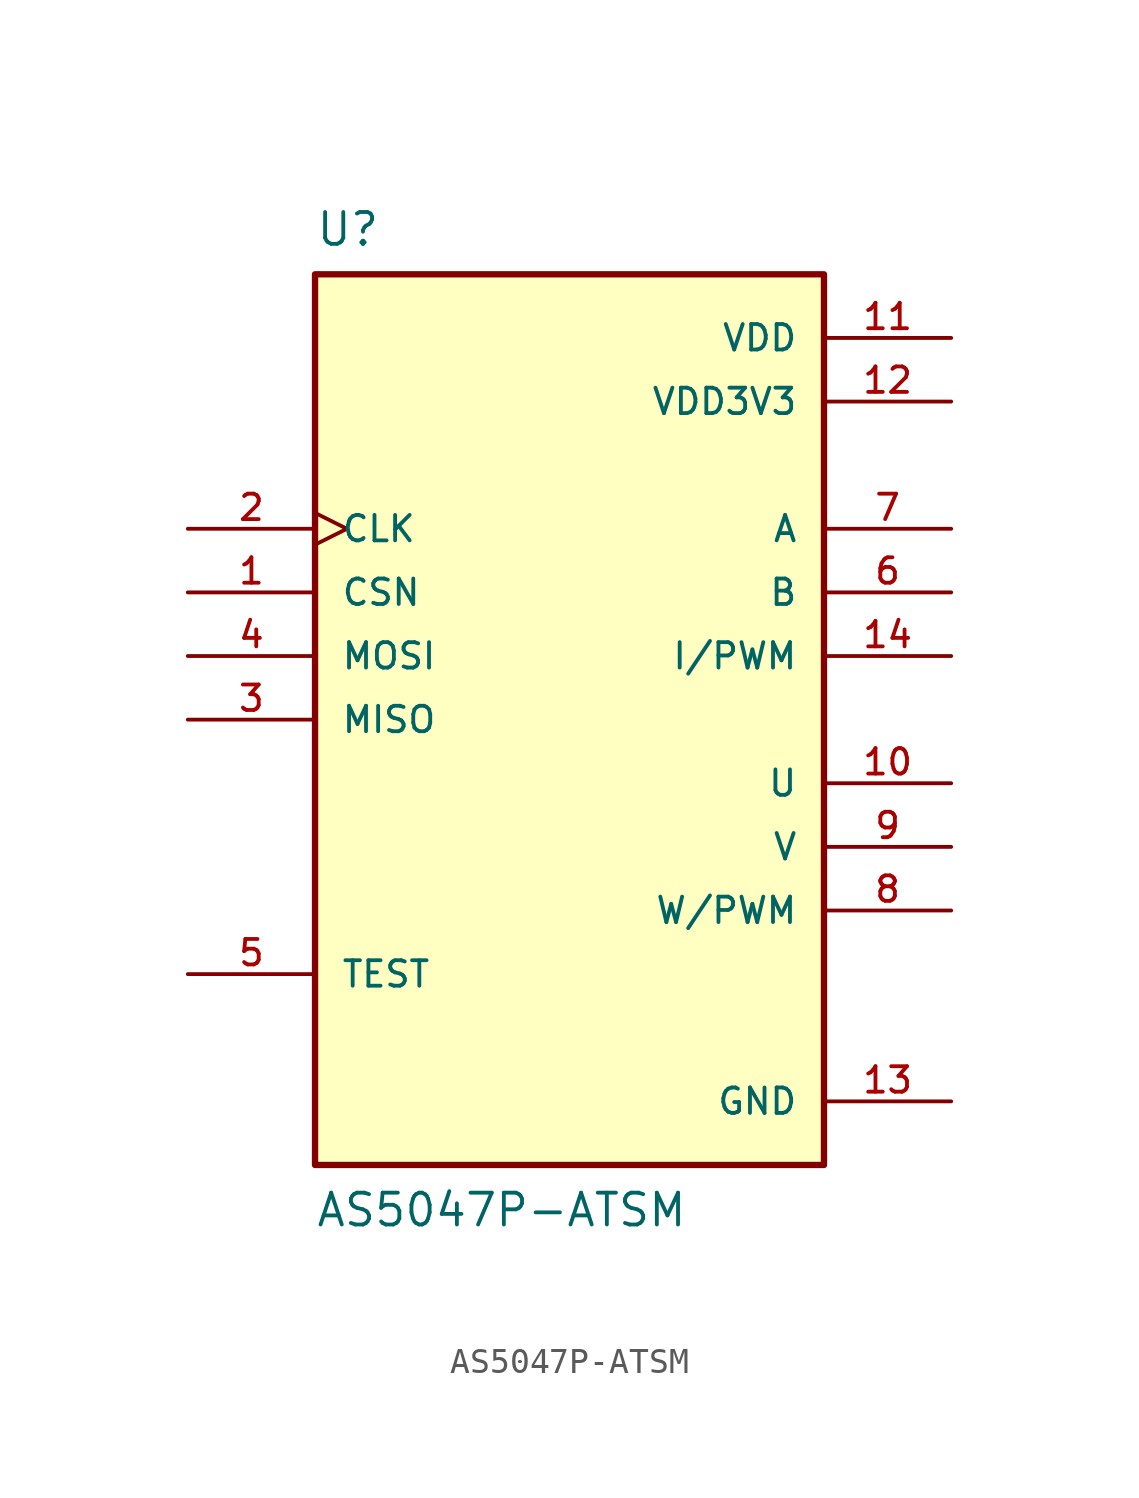
<source format=kicad_sym>
(kicad_symbol_lib
  (version 20211014)
  (generator kicad_symbol_editor)
  (symbol "AS5047P-ATSM"
    (pin_names
      (offset 1.016))
    (property "Reference" "U"
      (at -10.16 20.32 0)
      (effects (font (size 1.27 1.27)) (justify top left)))
    (property "Value" "AS5047P-ATSM"
      (at -10.16 -20.32 0)
      (effects (font (size 1.27 1.27)) (justify bottom left)))
    (symbol "AS5047P-ATSM_0_0"
      (rectangle (start -10.16 -17.78) (end 10.16 17.78) (stroke (width 0.254)) (fill (type background)))
      (pin input clock (at -15.24 7.62 0) (length 5.08) (name "CLK" (effects (font (size 1.016 1.016)))) (number "2" (effects (font (size 1.016 1.016)))))
      (pin input line (at -15.24 5.08 0) (length 5.08) (name "CSN" (effects (font (size 1.016 1.016)))) (number "1" (effects (font (size 1.016 1.016)))))
      (pin input line (at -15.24 2.54 0) (length 5.08) (name "MOSI" (effects (font (size 1.016 1.016)))) (number "4" (effects (font (size 1.016 1.016)))))
      (pin power_in line (at 15.24 15.24 180.0) (length 5.08) (name "VDD" (effects (font (size 1.016 1.016)))) (number "11" (effects (font (size 1.016 1.016)))))
      (pin power_in line (at 15.24 12.7 180.0) (length 5.08) (name "VDD3V3" (effects (font (size 1.016 1.016)))) (number "12" (effects (font (size 1.016 1.016)))))
      (pin power_in line (at 15.24 -15.24 180.0) (length 5.08) (name "GND" (effects (font (size 1.016 1.016)))) (number "13" (effects (font (size 1.016 1.016)))))
      (pin output line (at -15.24 0.0 0) (length 5.08) (name "MISO" (effects (font (size 1.016 1.016)))) (number "3" (effects (font (size 1.016 1.016)))))
      (pin output line (at 15.24 7.62 180.0) (length 5.08) (name "A" (effects (font (size 1.016 1.016)))) (number "7" (effects (font (size 1.016 1.016)))))
      (pin output line (at 15.24 5.08 180.0) (length 5.08) (name "B" (effects (font (size 1.016 1.016)))) (number "6" (effects (font (size 1.016 1.016)))))
      (pin output line (at 15.24 2.54 180.0) (length 5.08) (name "I/PWM" (effects (font (size 1.016 1.016)))) (number "14" (effects (font (size 1.016 1.016)))))
      (pin output line (at 15.24 -2.54 180.0) (length 5.08) (name "U" (effects (font (size 1.016 1.016)))) (number "10" (effects (font (size 1.016 1.016)))))
      (pin output line (at 15.24 -5.08 180.0) (length 5.08) (name "V" (effects (font (size 1.016 1.016)))) (number "9" (effects (font (size 1.016 1.016)))))
      (pin output line (at 15.24 -7.62 180.0) (length 5.08) (name "W/PWM" (effects (font (size 1.016 1.016)))) (number "8" (effects (font (size 1.016 1.016)))))
      (pin passive line (at -15.24 -10.16 0) (length 5.08) (name "TEST" (effects (font (size 1.016 1.016)))) (number "5" (effects (font (size 1.016 1.016))))))))
</source>
